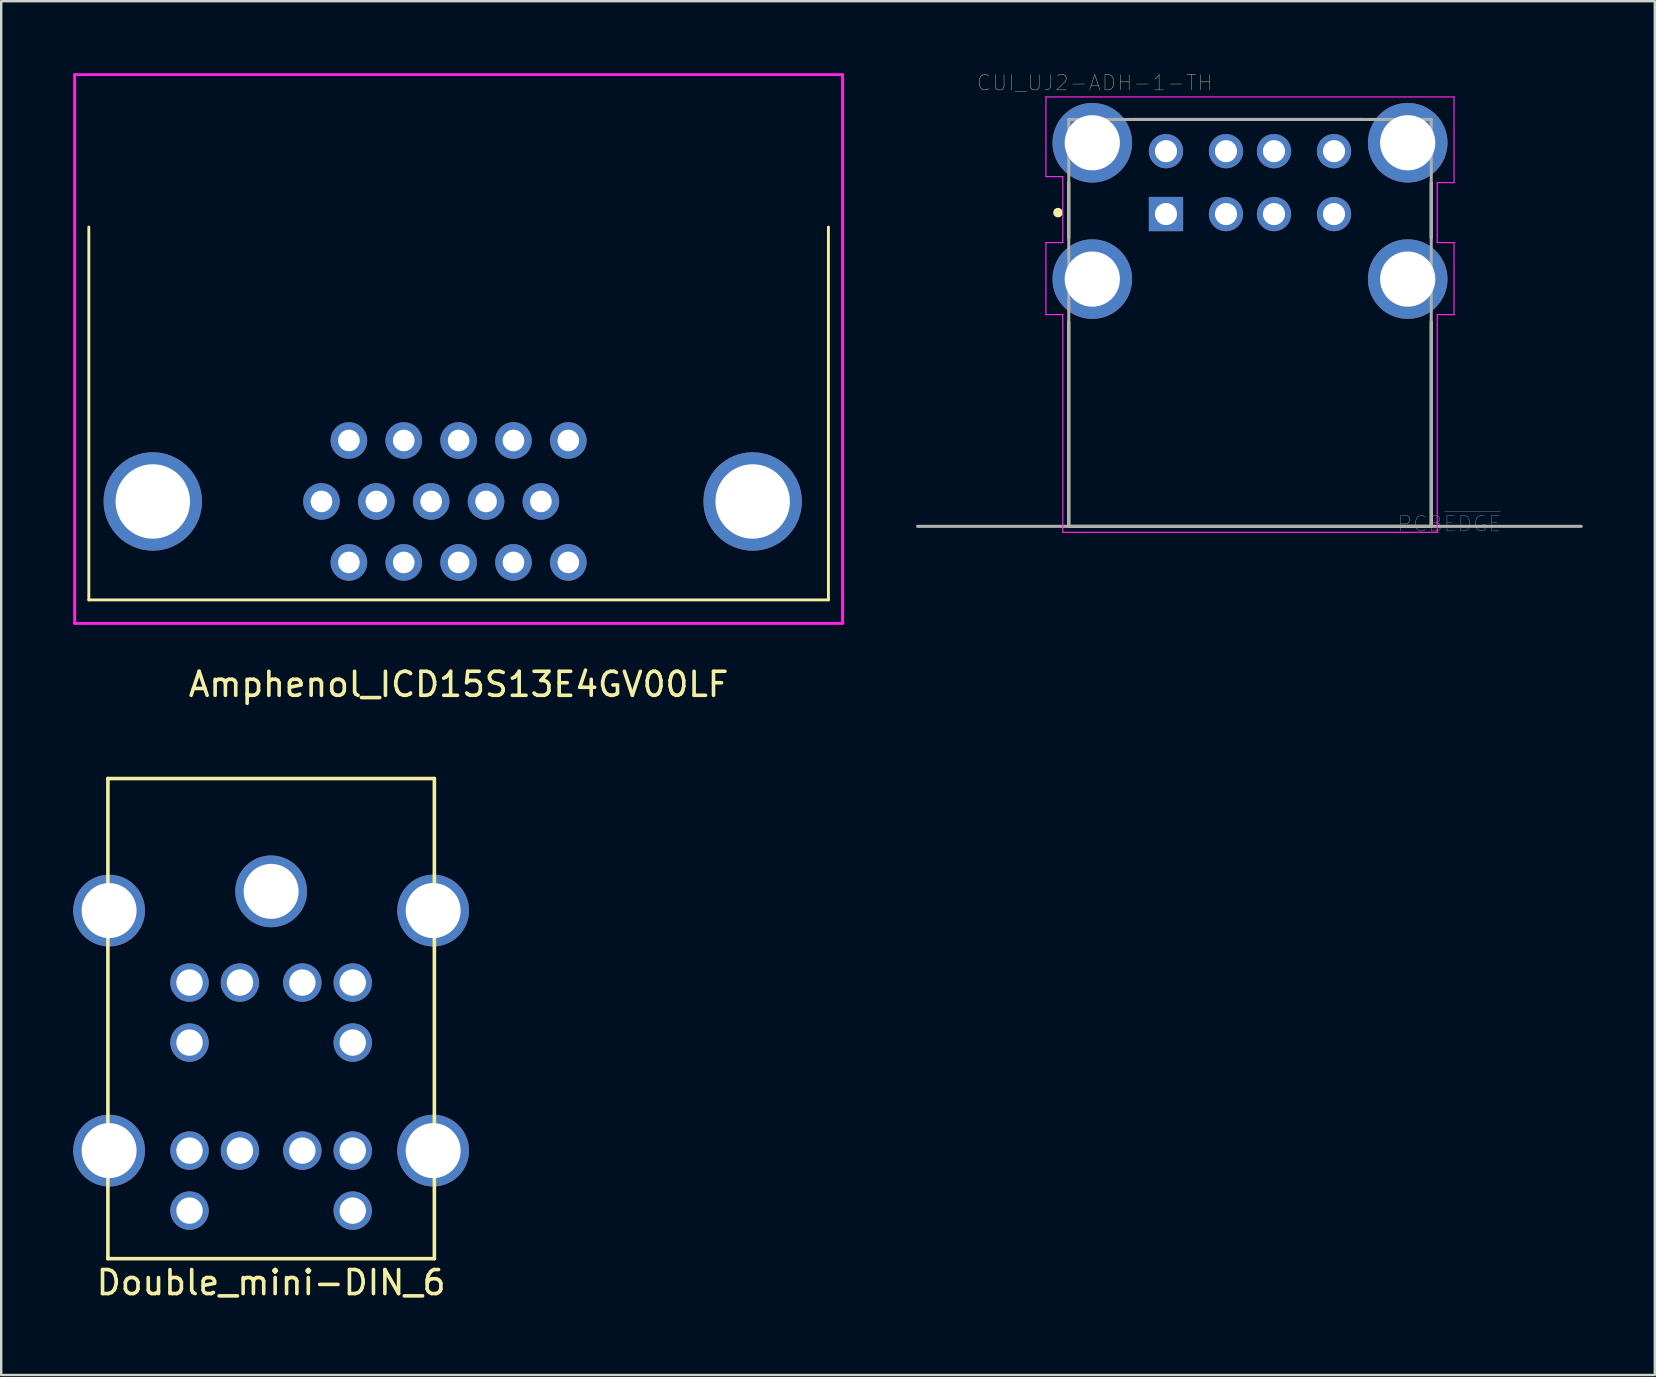
<source format=kicad_pcb>
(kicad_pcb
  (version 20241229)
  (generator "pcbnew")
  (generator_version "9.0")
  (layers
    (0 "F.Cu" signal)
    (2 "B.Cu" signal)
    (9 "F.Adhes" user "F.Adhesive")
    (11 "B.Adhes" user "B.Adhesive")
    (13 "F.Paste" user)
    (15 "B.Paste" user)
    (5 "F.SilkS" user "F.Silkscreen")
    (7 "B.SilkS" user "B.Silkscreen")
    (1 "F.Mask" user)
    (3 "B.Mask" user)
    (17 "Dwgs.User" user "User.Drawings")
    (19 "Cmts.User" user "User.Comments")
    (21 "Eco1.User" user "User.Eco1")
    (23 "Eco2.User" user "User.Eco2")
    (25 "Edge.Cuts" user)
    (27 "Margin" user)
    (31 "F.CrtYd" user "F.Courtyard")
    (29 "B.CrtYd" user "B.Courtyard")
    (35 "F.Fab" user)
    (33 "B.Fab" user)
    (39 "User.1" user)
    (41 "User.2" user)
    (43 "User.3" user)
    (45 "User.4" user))
  (footprint "Double_mini-DIN_6"
    (layer "F.Cu")
    (at 8.245 40.383)
    (property "Reference" "Double_mini-DIN_6" (at 0 10 0) (layer "F.SilkS") (effects (font (size 1 1) (thickness 0.15))))
    (attr through_hole)
    (fp_line (start -6.8 -11) (end -6.8 9) (stroke (width 0.15) (type solid)) (layer "F.SilkS"))
    (fp_line (start -6.8 9) (end 6.8 9) (stroke (width 0.15) (type solid)) (layer "F.SilkS"))
    (fp_line (start 6.8 -11) (end -6.8 -11) (stroke (width 0.15) (type solid)) (layer "F.SilkS"))
    (fp_line (start 6.8 9) (end 6.8 -11) (stroke (width 0.15) (type solid)) (layer "F.SilkS"))
    (pad "0" thru_hole circle (at -6.75 -5.5) (size 2.99 2.99) (drill 2.29) (layers "*.Cu" "*.Mask"))
    (pad "0" thru_hole circle (at -6.75 4.5) (size 2.99 2.99) (drill 2.29) (layers "*.Cu" "*.Mask"))
    (pad "0" thru_hole circle (at 0 -6.3) (size 2.99 2.99) (drill 2.29) (layers "*.Cu" "*.Mask"))
    (pad "0" thru_hole circle (at 6.75 -5.5) (size 2.99 2.99) (drill 2.29) (layers "*.Cu" "*.Mask"))
    (pad "0" thru_hole circle (at 6.75 4.5) (size 2.99 2.99) (drill 2.29) (layers "*.Cu" "*.Mask"))
    (pad "1" thru_hole circle (at -1.3 -2.5) (size 1.6 1.6) (drill 1.1) (layers "*.Cu" "*.Mask"))
    (pad "2" thru_hole circle (at 1.3 -2.5) (size 1.6 1.6) (drill 1.1) (layers "*.Cu" "*.Mask"))
    (pad "3" thru_hole circle (at -3.4 -2.5) (size 1.6 1.6) (drill 1.1) (layers "*.Cu" "*.Mask"))
    (pad "4" thru_hole circle (at 3.4 -2.5) (size 1.6 1.6) (drill 1.1) (layers "*.Cu" "*.Mask"))
    (pad "5" thru_hole circle (at -3.4 0) (size 1.6 1.6) (drill 1.1) (layers "*.Cu" "*.Mask"))
    (pad "6" thru_hole circle (at 3.4 0) (size 1.6 1.6) (drill 1.1) (layers "*.Cu" "*.Mask"))
    (pad "7" thru_hole circle (at -1.3 4.5) (size 1.6 1.6) (drill 1.1) (layers "*.Cu" "*.Mask"))
    (pad "8" thru_hole circle (at 1.3 4.5) (size 1.6 1.6) (drill 1.1) (layers "*.Cu" "*.Mask"))
    (pad "9" thru_hole circle (at -3.4 4.5) (size 1.6 1.6) (drill 1.1) (layers "*.Cu" "*.Mask"))
    (pad "10" thru_hole circle (at 3.4 4.5) (size 1.6 1.6) (drill 1.1) (layers "*.Cu" "*.Mask"))
    (pad "11" thru_hole circle (at -3.4 7) (size 1.6 1.6) (drill 1.1) (layers "*.Cu" "*.Mask"))
    (pad "12" thru_hole circle (at 3.4 7) (size 1.6 1.6) (drill 1.1) (layers "*.Cu" "*.Mask")))
  (footprint "CUI_UJ2-ADH-1-TH"
    (layer "F.Cu")
    (at 45.523 5.867)
    (property "Reference" "CUI_UJ2-ADH-1-TH" (at -2.968 -5.467 0) (layer "F.SilkS") (effects (font (size 0.64 0.64) (thickness 0.015))))
    (attr through_hole)
    (fp_line (start -4.05 -1.31) (end -4.05 0.99) (stroke (width 0.127) (type solid)) (layer "F.SilkS"))
    (fp_line (start -4.05 4.49) (end -4.05 13.01) (stroke (width 0.127) (type solid)) (layer "F.SilkS"))
    (fp_line (start -4.05 13.01) (end 11.05 13.01) (stroke (width 0.127) (type solid)) (layer "F.SilkS"))
    (fp_line (start -1.3 -3.94) (end 8.2 -3.94) (stroke (width 0.127) (type solid)) (layer "F.SilkS"))
    (fp_line (start 11.05 -1.31) (end 11.05 0.99) (stroke (width 0.127) (type solid)) (layer "F.SilkS"))
    (fp_line (start 11.05 13.01) (end 11.05 4.49) (stroke (width 0.127) (type solid)) (layer "F.SilkS"))
    (fp_circle (center -4.5 -0.06) (end -4.4 -0.06) (stroke (width 0.2) (type solid)) (fill no) (layer "F.SilkS"))
    (fp_line (start -5 -4.88) (end 12 -4.88) (stroke (width 0.05) (type solid)) (layer "F.CrtYd"))
    (fp_line (start -5 -1.56) (end -5 -4.88) (stroke (width 0.05) (type solid)) (layer "F.CrtYd"))
    (fp_line (start -5 1.19) (end -4.3 1.19) (stroke (width 0.05) (type solid)) (layer "F.CrtYd"))
    (fp_line (start -5 4.19) (end -5 1.19) (stroke (width 0.05) (type solid)) (layer "F.CrtYd"))
    (fp_line (start -4.3 -1.56) (end -5 -1.56) (stroke (width 0.05) (type solid)) (layer "F.CrtYd"))
    (fp_line (start -4.3 1.19) (end -4.3 -1.56) (stroke (width 0.05) (type solid)) (layer "F.CrtYd"))
    (fp_line (start -4.3 4.19) (end -5 4.19) (stroke (width 0.05) (type solid)) (layer "F.CrtYd"))
    (fp_line (start -4.3 13.26) (end -4.3 4.19) (stroke (width 0.05) (type solid)) (layer "F.CrtYd"))
    (fp_line (start 11.3 -1.31) (end 11.3 1.19) (stroke (width 0.05) (type solid)) (layer "F.CrtYd"))
    (fp_line (start 11.3 1.19) (end 12 1.19) (stroke (width 0.05) (type solid)) (layer "F.CrtYd"))
    (fp_line (start 11.3 4.19) (end 11.3 13.26) (stroke (width 0.05) (type solid)) (layer "F.CrtYd"))
    (fp_line (start 11.3 13.26) (end -4.3 13.26) (stroke (width 0.05) (type solid)) (layer "F.CrtYd"))
    (fp_line (start 12 -4.88) (end 12 -1.31) (stroke (width 0.05) (type solid)) (layer "F.CrtYd"))
    (fp_line (start 12 -1.31) (end 11.3 -1.31) (stroke (width 0.05) (type solid)) (layer "F.CrtYd"))
    (fp_line (start 12 1.19) (end 12 4.19) (stroke (width 0.05) (type solid)) (layer "F.CrtYd"))
    (fp_line (start 12 4.19) (end 11.3 4.19) (stroke (width 0.05) (type solid)) (layer "F.CrtYd"))
    (fp_line (start -10.35 13.01) (end -4.1 13.01) (stroke (width 0.127) (type solid)) (layer "F.Fab"))
    (fp_line (start -4.05 -3.94) (end 11.05 -3.94) (stroke (width 0.127) (type solid)) (layer "F.Fab"))
    (fp_line (start -4.05 13.01) (end -4.05 -3.94) (stroke (width 0.127) (type solid)) (layer "F.Fab"))
    (fp_line (start 11.05 -3.94) (end 11.05 13.01) (stroke (width 0.127) (type solid)) (layer "F.Fab"))
    (fp_line (start 11.05 13.01) (end -4.05 13.01) (stroke (width 0.127) (type solid)) (layer "F.Fab"))
    (fp_line (start 11.05 13.01) (end 17.3 13.01) (stroke (width 0.127) (type solid)) (layer "F.Fab"))
    (fp_circle (center 0 -0.06) (end 0.1 -0.06) (stroke (width 0.2) (type solid)) (fill no) (layer "F.Fab"))
    (fp_text user "PCB~{EDGE}" (at 11.812 12.904 0) (layer "F.Fab") (effects (font (size 0.641 0.641) (thickness 0.015))))
    (pad "1" thru_hole rect (at 0 0) (size 1.428 1.428) (drill 0.92) (layers "*.Cu" "*.Mask"))
    (pad "2" thru_hole circle (at 0 -2.62) (size 1.428 1.428) (drill 0.92) (layers "*.Cu" "*.Mask"))
    (pad "3" thru_hole circle (at 2.5 0) (size 1.428 1.428) (drill 0.92) (layers "*.Cu" "*.Mask"))
    (pad "4" thru_hole circle (at 2.5 -2.62) (size 1.428 1.428) (drill 0.92) (layers "*.Cu" "*.Mask"))
    (pad "5" thru_hole circle (at 4.5 0) (size 1.428 1.428) (drill 0.92) (layers "*.Cu" "*.Mask"))
    (pad "6" thru_hole circle (at 4.5 -2.62) (size 1.428 1.428) (drill 0.92) (layers "*.Cu" "*.Mask"))
    (pad "7" thru_hole circle (at 7 0) (size 1.428 1.428) (drill 0.92) (layers "*.Cu" "*.Mask"))
    (pad "8" thru_hole circle (at 7 -2.62) (size 1.428 1.428) (drill 0.92) (layers "*.Cu" "*.Mask"))
    (pad "9" thru_hole circle (at -3.07 -2.97) (size 3.316 3.316) (drill 2.3) (layers "*.Cu" "*.Mask"))
    (pad "9" thru_hole circle (at -3.07 2.71) (size 3.316 3.316) (drill 2.3) (layers "*.Cu" "*.Mask"))
    (pad "9" thru_hole circle (at 10.07 -2.97) (size 3.316 3.316) (drill 2.3) (layers "*.Cu" "*.Mask"))
    (pad "9" thru_hole circle (at 10.07 2.71) (size 3.316 3.316) (drill 2.3) (layers "*.Cu" "*.Mask")))
  (footprint "Amphenol_ICD15S13E4GV00LF"
    (layer "F.Cu")
    (at 16.055 17.84)
    (property "Reference" "Amphenol_ICD15S13E4GV00LF" (at 0 7.62 0) (layer "F.SilkS") (effects (font (size 1 1) (thickness 0.15))))
    (attr through_hole)
    (fp_line (start -15.405 4.1) (end -15.405 -11.43) (stroke (width 0.12) (type solid)) (layer "F.SilkS"))
    (fp_line (start -15.405 4.1) (end 15.405 4.1) (stroke (width 0.12) (type solid)) (layer "F.SilkS"))
    (fp_line (start 15.405 4.1) (end 15.405 -11.43) (stroke (width 0.12) (type solid)) (layer "F.SilkS"))
    (fp_line (start -15.995 -17.78) (end -15.995 5.08) (stroke (width 0.12) (type solid)) (layer "F.CrtYd"))
    (fp_line (start -15.995 5.08) (end 15.995 5.08) (stroke (width 0.12) (type solid)) (layer "F.CrtYd"))
    (fp_line (start 15.995 -17.78) (end -15.995 -17.78) (stroke (width 0.12) (type solid)) (layer "F.CrtYd"))
    (fp_line (start 15.995 5.08) (end 15.995 -17.78) (stroke (width 0.12) (type solid)) (layer "F.CrtYd"))
    (pad "0" thru_hole circle (at -12.74 0 180) (size 4.1 4.1) (drill 3.1) (layers "*.Cu" "*.Mask"))
    (pad "0" thru_hole circle (at 12.25 0 180) (size 4.1 4.1) (drill 3.1) (layers "*.Cu" "*.Mask"))
    (pad "1" thru_hole circle (at -4.57 2.54 180) (size 1.524 1.524) (drill 0.9) (layers "*.Cu" "*.Mask"))
    (pad "2" thru_hole circle (at -2.285 2.54 180) (size 1.524 1.524) (drill 0.9) (layers "*.Cu" "*.Mask"))
    (pad "3" thru_hole circle (at 0 2.54 180) (size 1.524 1.524) (drill 0.9) (layers "*.Cu" "*.Mask"))
    (pad "4" thru_hole circle (at 2.285 2.54 180) (size 1.524 1.524) (drill 0.9) (layers "*.Cu" "*.Mask"))
    (pad "5" thru_hole circle (at 4.57 2.54 180) (size 1.524 1.524) (drill 0.9) (layers "*.Cu" "*.Mask"))
    (pad "6" thru_hole circle (at -5.713 0 180) (size 1.524 1.524) (drill 0.9) (layers "*.Cu" "*.Mask"))
    (pad "7" thru_hole circle (at -3.428 0 180) (size 1.524 1.524) (drill 0.9) (layers "*.Cu" "*.Mask"))
    (pad "8" thru_hole circle (at -1.143 0 180) (size 1.524 1.524) (drill 0.9) (layers "*.Cu" "*.Mask"))
    (pad "9" thru_hole circle (at 1.143 0 180) (size 1.524 1.524) (drill 0.9) (layers "*.Cu" "*.Mask"))
    (pad "10" thru_hole circle (at 3.428 0 180) (size 1.524 1.524) (drill 0.9) (layers "*.Cu" "*.Mask"))
    (pad "11" thru_hole circle (at -4.57 -2.54 180) (size 1.524 1.524) (drill 0.9) (layers "*.Cu" "*.Mask"))
    (pad "12" thru_hole circle (at -2.285 -2.54 180) (size 1.524 1.524) (drill 0.9) (layers "*.Cu" "*.Mask"))
    (pad "13" thru_hole circle (at 0 -2.54 180) (size 1.524 1.524) (drill 0.9) (layers "*.Cu" "*.Mask"))
    (pad "14" thru_hole circle (at 2.285 -2.54 180) (size 1.524 1.524) (drill 0.9) (layers "*.Cu" "*.Mask"))
    (pad "15" thru_hole circle (at 4.57 -2.54 180) (size 1.524 1.524) (drill 0.9) (layers "*.Cu" "*.Mask")))
  (gr_rect
    (start -3 -3)
    (end 65.887 54.231)
    (stroke (width 0.1) (type default))
    (fill no)
    (layer "Edge.Cuts")))
</source>
